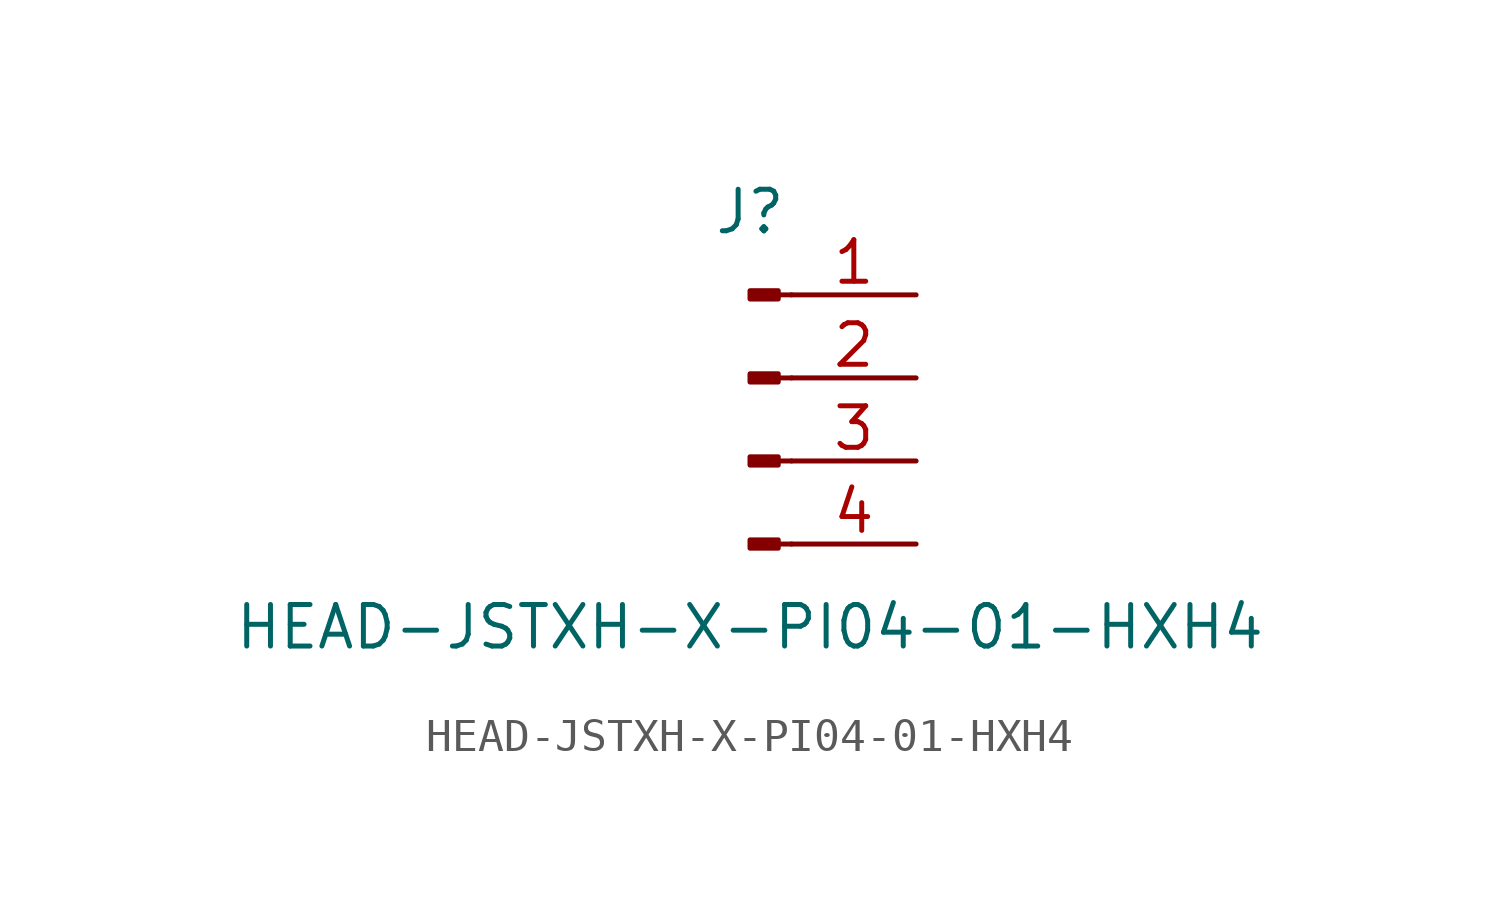
<source format=kicad_sym>
(kicad_symbol_lib
  (version 20211014)
  (generator kicad_symbol_editor)
  (symbol "HEAD-JSTXH-X-PI04-01-HXH4"
    (pin_names
      (offset 1.016) hide)
    (property "Reference" "J"
      (at 0 5.08 0)
      (effects (font (size 1.27 1.27))))
    (property "Value" "HEAD-JSTXH-X-PI04-01-HXH4"
      (at 0 -7.62 0)
      (effects (font (size 1.27 1.27))))
    (symbol "HEAD-JSTXH-X-PI04-01-HXH4_1_1"
      (polyline (pts (xy 1.27 -5.08) (xy 0.864 -5.08)) (stroke (width 0.152) (type default) (color 0 0 0 0)) (fill (type none)))
      (polyline (pts (xy 1.27 -2.54) (xy 0.864 -2.54)) (stroke (width 0.152) (type default) (color 0 0 0 0)) (fill (type none)))
      (polyline (pts (xy 1.27 0) (xy 0.864 0)) (stroke (width 0.152) (type default) (color 0 0 0 0)) (fill (type none)))
      (polyline (pts (xy 1.27 2.54) (xy 0.864 2.54)) (stroke (width 0.152) (type default) (color 0 0 0 0)) (fill (type none)))
      (rectangle (start 0.864 -4.953) (end 0 -5.207) (stroke (width 0.152) (type default) (color 0 0 0 0)) (fill (type outline)))
      (rectangle (start 0.864 -2.413) (end 0 -2.667) (stroke (width 0.152) (type default) (color 0 0 0 0)) (fill (type outline)))
      (rectangle (start 0.864 0.127) (end 0 -0.127) (stroke (width 0.152) (type default) (color 0 0 0 0)) (fill (type outline)))
      (rectangle (start 0.864 2.667) (end 0 2.413) (stroke (width 0.152) (type default) (color 0 0 0 0)) (fill (type outline)))
      (pin passive line (at 5.08 2.54 180) (length 3.81) (name "Pin_1" (effects (font (size 1.27 1.27)))) (number "1" (effects (font (size 1.27 1.27)))))
      (pin passive line (at 5.08 0 180) (length 3.81) (name "Pin_2" (effects (font (size 1.27 1.27)))) (number "2" (effects (font (size 1.27 1.27)))))
      (pin passive line (at 5.08 -2.54 180) (length 3.81) (name "Pin_3" (effects (font (size 1.27 1.27)))) (number "3" (effects (font (size 1.27 1.27)))))
      (pin passive line (at 5.08 -5.08 180) (length 3.81) (name "Pin_4" (effects (font (size 1.27 1.27)))) (number "4" (effects (font (size 1.27 1.27))))))))
</source>
